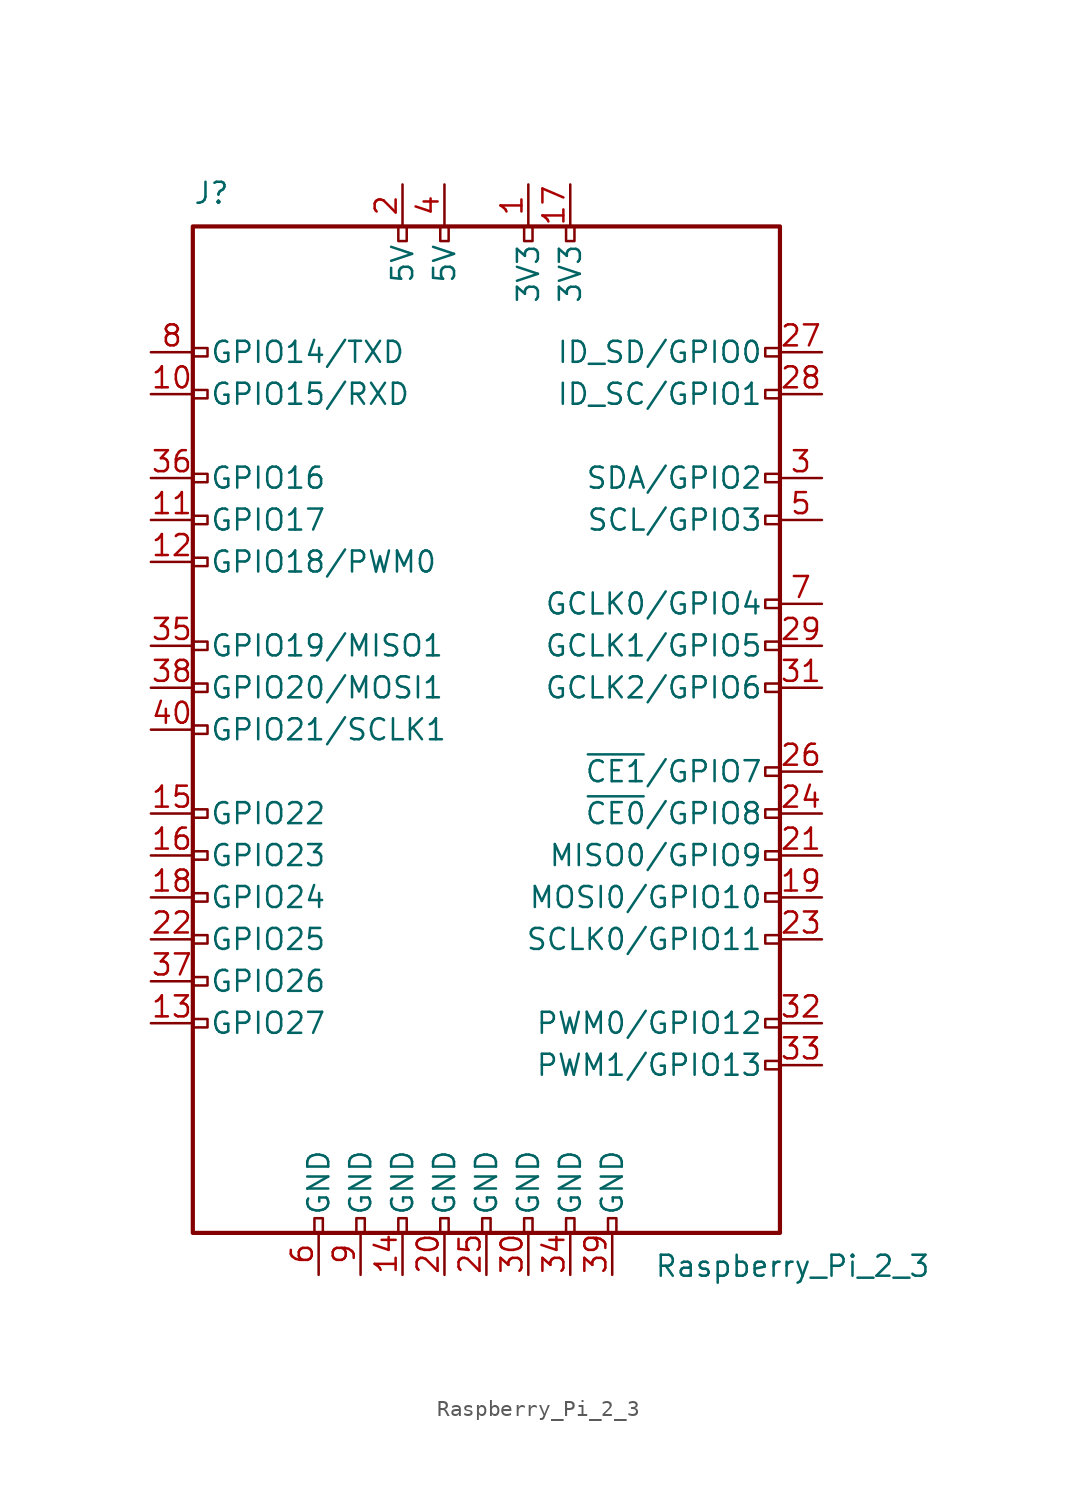
<source format=kicad_sym>
(kicad_symbol_lib
  (version 20211014)
  (generator kicad_symbol_editor)
  (symbol "Raspberry_Pi_2_3"
    (pin_names
      (offset 1.016))
    (property "Reference" "J"
      (at -17.78 31.75 0)
      (effects (font (size 1.27 1.27)) (justify left bottom)))
    (property "Value" "Raspberry_Pi_2_3"
      (at 10.16 -31.75 0)
      (effects (font (size 1.27 1.27)) (justify left top)))
    (symbol "Raspberry_Pi_2_3_0_1"
      (rectangle (start -17.78 30.48) (end 17.78 -30.48) (stroke (width 0.254) (type default) (color 0 0 0 0)) (fill (type none))))
    (symbol "Raspberry_Pi_2_3_1_1"
      (rectangle (start -16.891 -17.526) (end -17.78 -18.034) (stroke (width 0) (type default) (color 0 0 0 0)) (fill (type none)))
      (rectangle (start -16.891 -14.986) (end -17.78 -15.494) (stroke (width 0) (type default) (color 0 0 0 0)) (fill (type none)))
      (rectangle (start -16.891 -12.446) (end -17.78 -12.954) (stroke (width 0) (type default) (color 0 0 0 0)) (fill (type none)))
      (rectangle (start -16.891 -9.906) (end -17.78 -10.414) (stroke (width 0) (type default) (color 0 0 0 0)) (fill (type none)))
      (rectangle (start -16.891 -7.366) (end -17.78 -7.874) (stroke (width 0) (type default) (color 0 0 0 0)) (fill (type none)))
      (rectangle (start -16.891 -4.826) (end -17.78 -5.334) (stroke (width 0) (type default) (color 0 0 0 0)) (fill (type none)))
      (rectangle (start -16.891 0.254) (end -17.78 -0.254) (stroke (width 0) (type default) (color 0 0 0 0)) (fill (type none)))
      (rectangle (start -16.891 2.794) (end -17.78 2.286) (stroke (width 0) (type default) (color 0 0 0 0)) (fill (type none)))
      (rectangle (start -16.891 5.334) (end -17.78 4.826) (stroke (width 0) (type default) (color 0 0 0 0)) (fill (type none)))
      (rectangle (start -16.891 10.414) (end -17.78 9.906) (stroke (width 0) (type default) (color 0 0 0 0)) (fill (type none)))
      (rectangle (start -16.891 12.954) (end -17.78 12.446) (stroke (width 0) (type default) (color 0 0 0 0)) (fill (type none)))
      (rectangle (start -16.891 15.494) (end -17.78 14.986) (stroke (width 0) (type default) (color 0 0 0 0)) (fill (type none)))
      (rectangle (start -16.891 20.574) (end -17.78 20.066) (stroke (width 0) (type default) (color 0 0 0 0)) (fill (type none)))
      (rectangle (start -16.891 23.114) (end -17.78 22.606) (stroke (width 0) (type default) (color 0 0 0 0)) (fill (type none)))
      (rectangle (start -10.414 -29.591) (end -9.906 -30.48) (stroke (width 0) (type default) (color 0 0 0 0)) (fill (type none)))
      (rectangle (start -7.874 -29.591) (end -7.366 -30.48) (stroke (width 0) (type default) (color 0 0 0 0)) (fill (type none)))
      (rectangle (start -5.334 -29.591) (end -4.826 -30.48) (stroke (width 0) (type default) (color 0 0 0 0)) (fill (type none)))
      (rectangle (start -5.334 30.48) (end -4.826 29.591) (stroke (width 0) (type default) (color 0 0 0 0)) (fill (type none)))
      (rectangle (start -2.794 -29.591) (end -2.286 -30.48) (stroke (width 0) (type default) (color 0 0 0 0)) (fill (type none)))
      (rectangle (start -2.794 30.48) (end -2.286 29.591) (stroke (width 0) (type default) (color 0 0 0 0)) (fill (type none)))
      (rectangle (start -0.254 -29.591) (end 0.254 -30.48) (stroke (width 0) (type default) (color 0 0 0 0)) (fill (type none)))
      (rectangle (start 2.286 -29.591) (end 2.794 -30.48) (stroke (width 0) (type default) (color 0 0 0 0)) (fill (type none)))
      (rectangle (start 2.286 30.48) (end 2.794 29.591) (stroke (width 0) (type default) (color 0 0 0 0)) (fill (type none)))
      (rectangle (start 4.826 -29.591) (end 5.334 -30.48) (stroke (width 0) (type default) (color 0 0 0 0)) (fill (type none)))
      (rectangle (start 4.826 30.48) (end 5.334 29.591) (stroke (width 0) (type default) (color 0 0 0 0)) (fill (type none)))
      (rectangle (start 7.366 -29.591) (end 7.874 -30.48) (stroke (width 0) (type default) (color 0 0 0 0)) (fill (type none)))
      (rectangle (start 17.78 -20.066) (end 16.891 -20.574) (stroke (width 0) (type default) (color 0 0 0 0)) (fill (type none)))
      (rectangle (start 17.78 -17.526) (end 16.891 -18.034) (stroke (width 0) (type default) (color 0 0 0 0)) (fill (type none)))
      (rectangle (start 17.78 -12.446) (end 16.891 -12.954) (stroke (width 0) (type default) (color 0 0 0 0)) (fill (type none)))
      (rectangle (start 17.78 -9.906) (end 16.891 -10.414) (stroke (width 0) (type default) (color 0 0 0 0)) (fill (type none)))
      (rectangle (start 17.78 -7.366) (end 16.891 -7.874) (stroke (width 0) (type default) (color 0 0 0 0)) (fill (type none)))
      (rectangle (start 17.78 -4.826) (end 16.891 -5.334) (stroke (width 0) (type default) (color 0 0 0 0)) (fill (type none)))
      (rectangle (start 17.78 -2.286) (end 16.891 -2.794) (stroke (width 0) (type default) (color 0 0 0 0)) (fill (type none)))
      (rectangle (start 17.78 2.794) (end 16.891 2.286) (stroke (width 0) (type default) (color 0 0 0 0)) (fill (type none)))
      (rectangle (start 17.78 5.334) (end 16.891 4.826) (stroke (width 0) (type default) (color 0 0 0 0)) (fill (type none)))
      (rectangle (start 17.78 7.874) (end 16.891 7.366) (stroke (width 0) (type default) (color 0 0 0 0)) (fill (type none)))
      (rectangle (start 17.78 12.954) (end 16.891 12.446) (stroke (width 0) (type default) (color 0 0 0 0)) (fill (type none)))
      (rectangle (start 17.78 15.494) (end 16.891 14.986) (stroke (width 0) (type default) (color 0 0 0 0)) (fill (type none)))
      (rectangle (start 17.78 20.574) (end 16.891 20.066) (stroke (width 0) (type default) (color 0 0 0 0)) (fill (type none)))
      (rectangle (start 17.78 23.114) (end 16.891 22.606) (stroke (width 0) (type default) (color 0 0 0 0)) (fill (type none)))
      (pin power_in line (at 2.54 33.02 270) (length 2.54) (name "3V3" (effects (font (size 1.27 1.27)))) (number "1" (effects (font (size 1.27 1.27)))))
      (pin bidirectional line (at -20.32 20.32 0) (length 2.54) (name "GPIO15/RXD" (effects (font (size 1.27 1.27)))) (number "10" (effects (font (size 1.27 1.27)))))
      (pin bidirectional line (at -20.32 12.7 0) (length 2.54) (name "GPIO17" (effects (font (size 1.27 1.27)))) (number "11" (effects (font (size 1.27 1.27)))))
      (pin bidirectional line (at -20.32 10.16 0) (length 2.54) (name "GPIO18/PWM0" (effects (font (size 1.27 1.27)))) (number "12" (effects (font (size 1.27 1.27)))))
      (pin bidirectional line (at -20.32 -17.78 0) (length 2.54) (name "GPIO27" (effects (font (size 1.27 1.27)))) (number "13" (effects (font (size 1.27 1.27)))))
      (pin power_in line (at -5.08 -33.02 90) (length 2.54) (name "GND" (effects (font (size 1.27 1.27)))) (number "14" (effects (font (size 1.27 1.27)))))
      (pin bidirectional line (at -20.32 -5.08 0) (length 2.54) (name "GPIO22" (effects (font (size 1.27 1.27)))) (number "15" (effects (font (size 1.27 1.27)))))
      (pin bidirectional line (at -20.32 -7.62 0) (length 2.54) (name "GPIO23" (effects (font (size 1.27 1.27)))) (number "16" (effects (font (size 1.27 1.27)))))
      (pin power_in line (at 5.08 33.02 270) (length 2.54) (name "3V3" (effects (font (size 1.27 1.27)))) (number "17" (effects (font (size 1.27 1.27)))))
      (pin bidirectional line (at -20.32 -10.16 0) (length 2.54) (name "GPIO24" (effects (font (size 1.27 1.27)))) (number "18" (effects (font (size 1.27 1.27)))))
      (pin bidirectional line (at 20.32 -10.16 180) (length 2.54) (name "MOSI0/GPIO10" (effects (font (size 1.27 1.27)))) (number "19" (effects (font (size 1.27 1.27)))))
      (pin power_in line (at -5.08 33.02 270) (length 2.54) (name "5V" (effects (font (size 1.27 1.27)))) (number "2" (effects (font (size 1.27 1.27)))))
      (pin power_in line (at -2.54 -33.02 90) (length 2.54) (name "GND" (effects (font (size 1.27 1.27)))) (number "20" (effects (font (size 1.27 1.27)))))
      (pin bidirectional line (at 20.32 -7.62 180) (length 2.54) (name "MISO0/GPIO9" (effects (font (size 1.27 1.27)))) (number "21" (effects (font (size 1.27 1.27)))))
      (pin bidirectional line (at -20.32 -12.7 0) (length 2.54) (name "GPIO25" (effects (font (size 1.27 1.27)))) (number "22" (effects (font (size 1.27 1.27)))))
      (pin bidirectional line (at 20.32 -12.7 180) (length 2.54) (name "SCLK0/GPIO11" (effects (font (size 1.27 1.27)))) (number "23" (effects (font (size 1.27 1.27)))))
      (pin bidirectional line (at 20.32 -5.08 180) (length 2.54) (name "~{CE0}/GPIO8" (effects (font (size 1.27 1.27)))) (number "24" (effects (font (size 1.27 1.27)))))
      (pin power_in line (at 0 -33.02 90) (length 2.54) (name "GND" (effects (font (size 1.27 1.27)))) (number "25" (effects (font (size 1.27 1.27)))))
      (pin bidirectional line (at 20.32 -2.54 180) (length 2.54) (name "~{CE1}/GPIO7" (effects (font (size 1.27 1.27)))) (number "26" (effects (font (size 1.27 1.27)))))
      (pin bidirectional line (at 20.32 22.86 180) (length 2.54) (name "ID_SD/GPIO0" (effects (font (size 1.27 1.27)))) (number "27" (effects (font (size 1.27 1.27)))))
      (pin bidirectional line (at 20.32 20.32 180) (length 2.54) (name "ID_SC/GPIO1" (effects (font (size 1.27 1.27)))) (number "28" (effects (font (size 1.27 1.27)))))
      (pin bidirectional line (at 20.32 5.08 180) (length 2.54) (name "GCLK1/GPIO5" (effects (font (size 1.27 1.27)))) (number "29" (effects (font (size 1.27 1.27)))))
      (pin bidirectional line (at 20.32 15.24 180) (length 2.54) (name "SDA/GPIO2" (effects (font (size 1.27 1.27)))) (number "3" (effects (font (size 1.27 1.27)))))
      (pin power_in line (at 2.54 -33.02 90) (length 2.54) (name "GND" (effects (font (size 1.27 1.27)))) (number "30" (effects (font (size 1.27 1.27)))))
      (pin bidirectional line (at 20.32 2.54 180) (length 2.54) (name "GCLK2/GPIO6" (effects (font (size 1.27 1.27)))) (number "31" (effects (font (size 1.27 1.27)))))
      (pin bidirectional line (at 20.32 -17.78 180) (length 2.54) (name "PWM0/GPIO12" (effects (font (size 1.27 1.27)))) (number "32" (effects (font (size 1.27 1.27)))))
      (pin bidirectional line (at 20.32 -20.32 180) (length 2.54) (name "PWM1/GPIO13" (effects (font (size 1.27 1.27)))) (number "33" (effects (font (size 1.27 1.27)))))
      (pin power_in line (at 5.08 -33.02 90) (length 2.54) (name "GND" (effects (font (size 1.27 1.27)))) (number "34" (effects (font (size 1.27 1.27)))))
      (pin bidirectional line (at -20.32 5.08 0) (length 2.54) (name "GPIO19/MISO1" (effects (font (size 1.27 1.27)))) (number "35" (effects (font (size 1.27 1.27)))))
      (pin bidirectional line (at -20.32 15.24 0) (length 2.54) (name "GPIO16" (effects (font (size 1.27 1.27)))) (number "36" (effects (font (size 1.27 1.27)))))
      (pin bidirectional line (at -20.32 -15.24 0) (length 2.54) (name "GPIO26" (effects (font (size 1.27 1.27)))) (number "37" (effects (font (size 1.27 1.27)))))
      (pin bidirectional line (at -20.32 2.54 0) (length 2.54) (name "GPIO20/MOSI1" (effects (font (size 1.27 1.27)))) (number "38" (effects (font (size 1.27 1.27)))))
      (pin power_in line (at 7.62 -33.02 90) (length 2.54) (name "GND" (effects (font (size 1.27 1.27)))) (number "39" (effects (font (size 1.27 1.27)))))
      (pin power_in line (at -2.54 33.02 270) (length 2.54) (name "5V" (effects (font (size 1.27 1.27)))) (number "4" (effects (font (size 1.27 1.27)))))
      (pin bidirectional line (at -20.32 0 0) (length 2.54) (name "GPIO21/SCLK1" (effects (font (size 1.27 1.27)))) (number "40" (effects (font (size 1.27 1.27)))))
      (pin bidirectional line (at 20.32 12.7 180) (length 2.54) (name "SCL/GPIO3" (effects (font (size 1.27 1.27)))) (number "5" (effects (font (size 1.27 1.27)))))
      (pin power_in line (at -10.16 -33.02 90) (length 2.54) (name "GND" (effects (font (size 1.27 1.27)))) (number "6" (effects (font (size 1.27 1.27)))))
      (pin bidirectional line (at 20.32 7.62 180) (length 2.54) (name "GCLK0/GPIO4" (effects (font (size 1.27 1.27)))) (number "7" (effects (font (size 1.27 1.27)))))
      (pin bidirectional line (at -20.32 22.86 0) (length 2.54) (name "GPIO14/TXD" (effects (font (size 1.27 1.27)))) (number "8" (effects (font (size 1.27 1.27)))))
      (pin power_in line (at -7.62 -33.02 90) (length 2.54) (name "GND" (effects (font (size 1.27 1.27)))) (number "9" (effects (font (size 1.27 1.27))))))))
</source>
